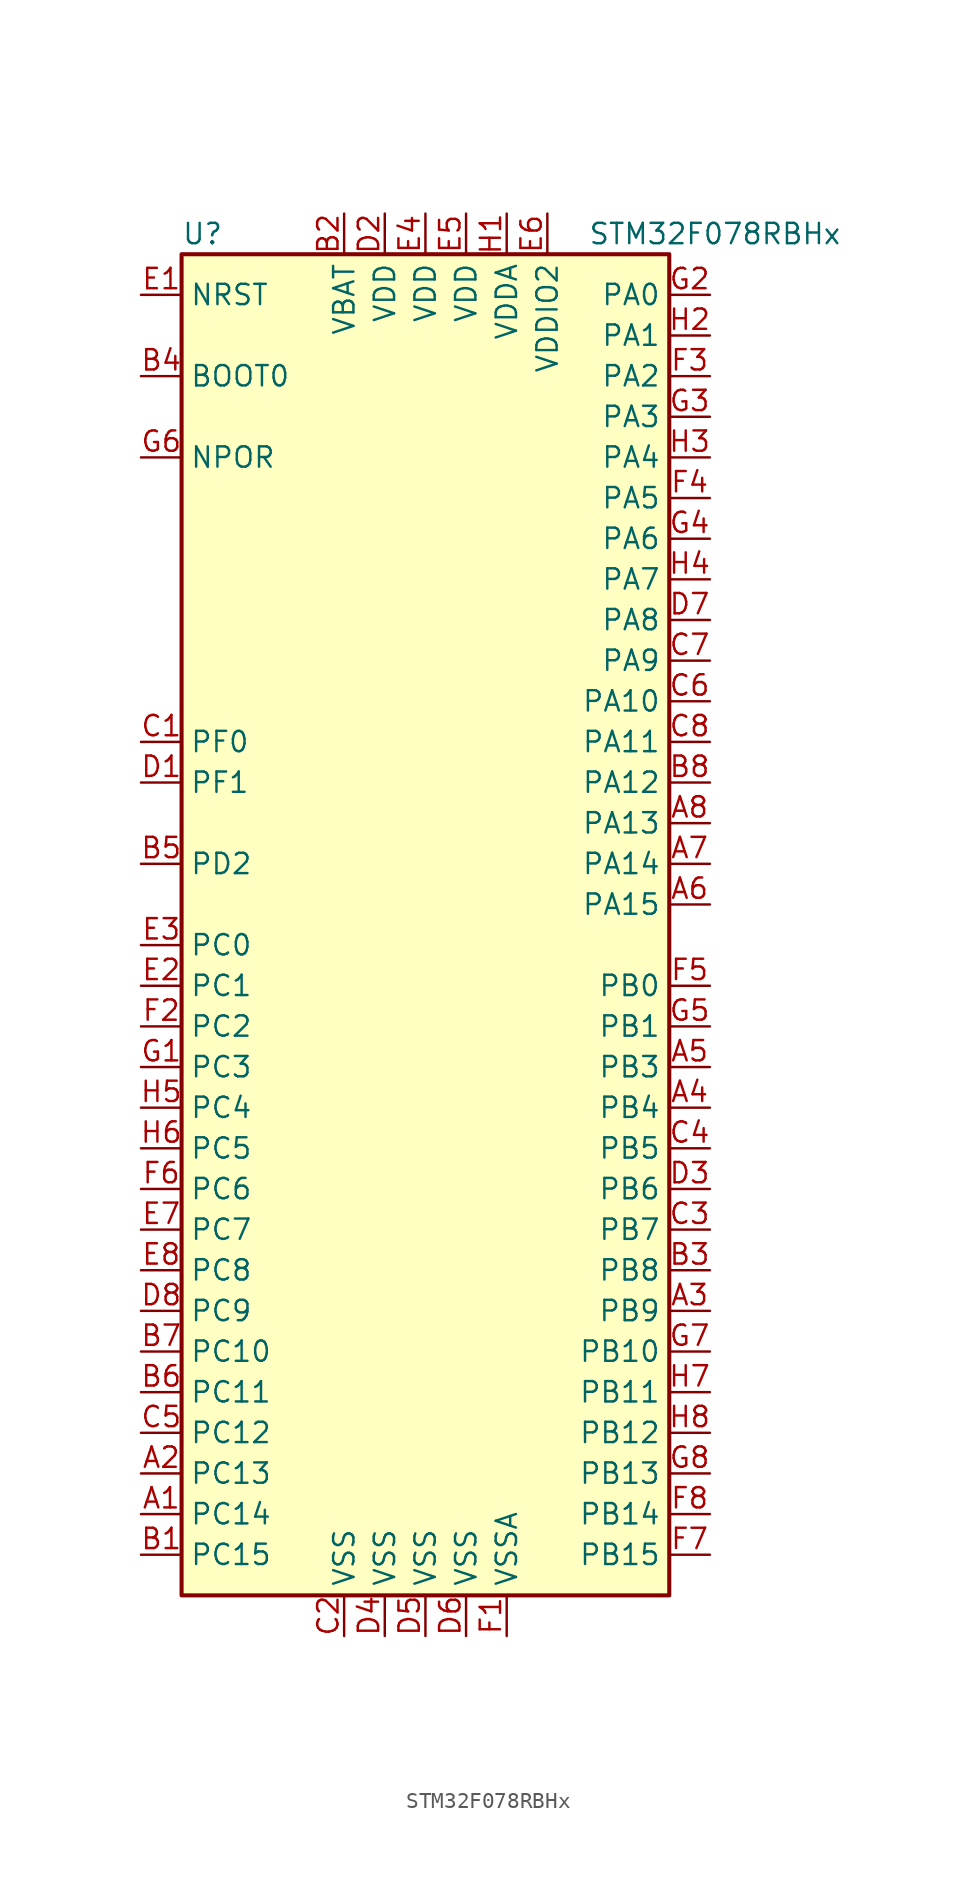
<source format=kicad_sym>
(kicad_symbol_lib
  (version 20201005)
  (generator kicad_symbol_editor)
  (symbol "MCU_ST_STM32F0:STM32F078RBHx"
    (property "Reference" "U"
      (at -15.24 41.91 0)
      (effects (font (size 1.27 1.27)) (justify left)))
    (property "Value" "STM32F078RBHx"
      (at 10.16 41.91 0)
      (effects (font (size 1.27 1.27)) (justify left)))
    (symbol "STM32F078RBHx_0_1"
      (rectangle (start -15.24 -43.18) (end 15.24 40.64) (stroke (width 0.254)) (fill (type background))))
    (symbol "STM32F078RBHx_1_1"
      (pin bidirectional line (at -17.78 -38.1 0) (length 2.54) (name "PC14" (effects (font (size 1.27 1.27)))) (number "A1" (effects (font (size 1.27 1.27)))))
      (pin bidirectional line (at -17.78 -35.56 0) (length 2.54) (name "PC13" (effects (font (size 1.27 1.27)))) (number "A2" (effects (font (size 1.27 1.27)))))
      (pin bidirectional line (at 17.78 -25.4 180) (length 2.54) (name "PB9" (effects (font (size 1.27 1.27)))) (number "A3" (effects (font (size 1.27 1.27)))))
      (pin bidirectional line (at 17.78 -12.7 180) (length 2.54) (name "PB4" (effects (font (size 1.27 1.27)))) (number "A4" (effects (font (size 1.27 1.27)))))
      (pin bidirectional line (at 17.78 -10.16 180) (length 2.54) (name "PB3" (effects (font (size 1.27 1.27)))) (number "A5" (effects (font (size 1.27 1.27)))))
      (pin bidirectional line (at 17.78 0 180) (length 2.54) (name "PA15" (effects (font (size 1.27 1.27)))) (number "A6" (effects (font (size 1.27 1.27)))))
      (pin bidirectional line (at 17.78 2.54 180) (length 2.54) (name "PA14" (effects (font (size 1.27 1.27)))) (number "A7" (effects (font (size 1.27 1.27)))))
      (pin bidirectional line (at 17.78 5.08 180) (length 2.54) (name "PA13" (effects (font (size 1.27 1.27)))) (number "A8" (effects (font (size 1.27 1.27)))))
      (pin bidirectional line (at -17.78 -40.64 0) (length 2.54) (name "PC15" (effects (font (size 1.27 1.27)))) (number "B1" (effects (font (size 1.27 1.27)))))
      (pin power_in line (at -5.08 43.18 270) (length 2.54) (name "VBAT" (effects (font (size 1.27 1.27)))) (number "B2" (effects (font (size 1.27 1.27)))))
      (pin bidirectional line (at 17.78 -22.86 180) (length 2.54) (name "PB8" (effects (font (size 1.27 1.27)))) (number "B3" (effects (font (size 1.27 1.27)))))
      (pin input line (at -17.78 33.02 0) (length 2.54) (name "BOOT0" (effects (font (size 1.27 1.27)))) (number "B4" (effects (font (size 1.27 1.27)))))
      (pin bidirectional line (at -17.78 2.54 0) (length 2.54) (name "PD2" (effects (font (size 1.27 1.27)))) (number "B5" (effects (font (size 1.27 1.27)))))
      (pin bidirectional line (at -17.78 -30.48 0) (length 2.54) (name "PC11" (effects (font (size 1.27 1.27)))) (number "B6" (effects (font (size 1.27 1.27)))))
      (pin bidirectional line (at -17.78 -27.94 0) (length 2.54) (name "PC10" (effects (font (size 1.27 1.27)))) (number "B7" (effects (font (size 1.27 1.27)))))
      (pin bidirectional line (at 17.78 7.62 180) (length 2.54) (name "PA12" (effects (font (size 1.27 1.27)))) (number "B8" (effects (font (size 1.27 1.27)))))
      (pin input line (at -17.78 10.16 0) (length 2.54) (name "PF0" (effects (font (size 1.27 1.27)))) (number "C1" (effects (font (size 1.27 1.27)))))
      (pin power_in line (at -5.08 -45.72 90) (length 2.54) (name "VSS" (effects (font (size 1.27 1.27)))) (number "C2" (effects (font (size 1.27 1.27)))))
      (pin bidirectional line (at 17.78 -20.32 180) (length 2.54) (name "PB7" (effects (font (size 1.27 1.27)))) (number "C3" (effects (font (size 1.27 1.27)))))
      (pin bidirectional line (at 17.78 -15.24 180) (length 2.54) (name "PB5" (effects (font (size 1.27 1.27)))) (number "C4" (effects (font (size 1.27 1.27)))))
      (pin bidirectional line (at -17.78 -33.02 0) (length 2.54) (name "PC12" (effects (font (size 1.27 1.27)))) (number "C5" (effects (font (size 1.27 1.27)))))
      (pin bidirectional line (at 17.78 12.7 180) (length 2.54) (name "PA10" (effects (font (size 1.27 1.27)))) (number "C6" (effects (font (size 1.27 1.27)))))
      (pin bidirectional line (at 17.78 15.24 180) (length 2.54) (name "PA9" (effects (font (size 1.27 1.27)))) (number "C7" (effects (font (size 1.27 1.27)))))
      (pin bidirectional line (at 17.78 10.16 180) (length 2.54) (name "PA11" (effects (font (size 1.27 1.27)))) (number "C8" (effects (font (size 1.27 1.27)))))
      (pin input line (at -17.78 7.62 0) (length 2.54) (name "PF1" (effects (font (size 1.27 1.27)))) (number "D1" (effects (font (size 1.27 1.27)))))
      (pin power_in line (at -2.54 43.18 270) (length 2.54) (name "VDD" (effects (font (size 1.27 1.27)))) (number "D2" (effects (font (size 1.27 1.27)))))
      (pin bidirectional line (at 17.78 -17.78 180) (length 2.54) (name "PB6" (effects (font (size 1.27 1.27)))) (number "D3" (effects (font (size 1.27 1.27)))))
      (pin power_in line (at -2.54 -45.72 90) (length 2.54) (name "VSS" (effects (font (size 1.27 1.27)))) (number "D4" (effects (font (size 1.27 1.27)))))
      (pin power_in line (at 0 -45.72 90) (length 2.54) (name "VSS" (effects (font (size 1.27 1.27)))) (number "D5" (effects (font (size 1.27 1.27)))))
      (pin power_in line (at 2.54 -45.72 90) (length 2.54) (name "VSS" (effects (font (size 1.27 1.27)))) (number "D6" (effects (font (size 1.27 1.27)))))
      (pin bidirectional line (at 17.78 17.78 180) (length 2.54) (name "PA8" (effects (font (size 1.27 1.27)))) (number "D7" (effects (font (size 1.27 1.27)))))
      (pin bidirectional line (at -17.78 -25.4 0) (length 2.54) (name "PC9" (effects (font (size 1.27 1.27)))) (number "D8" (effects (font (size 1.27 1.27)))))
      (pin input line (at -17.78 38.1 0) (length 2.54) (name "NRST" (effects (font (size 1.27 1.27)))) (number "E1" (effects (font (size 1.27 1.27)))))
      (pin bidirectional line (at -17.78 -5.08 0) (length 2.54) (name "PC1" (effects (font (size 1.27 1.27)))) (number "E2" (effects (font (size 1.27 1.27)))))
      (pin bidirectional line (at -17.78 -2.54 0) (length 2.54) (name "PC0" (effects (font (size 1.27 1.27)))) (number "E3" (effects (font (size 1.27 1.27)))))
      (pin power_in line (at 0 43.18 270) (length 2.54) (name "VDD" (effects (font (size 1.27 1.27)))) (number "E4" (effects (font (size 1.27 1.27)))))
      (pin power_in line (at 2.54 43.18 270) (length 2.54) (name "VDD" (effects (font (size 1.27 1.27)))) (number "E5" (effects (font (size 1.27 1.27)))))
      (pin power_in line (at 7.62 43.18 270) (length 2.54) (name "VDDIO2" (effects (font (size 1.27 1.27)))) (number "E6" (effects (font (size 1.27 1.27)))))
      (pin bidirectional line (at -17.78 -20.32 0) (length 2.54) (name "PC7" (effects (font (size 1.27 1.27)))) (number "E7" (effects (font (size 1.27 1.27)))))
      (pin bidirectional line (at -17.78 -22.86 0) (length 2.54) (name "PC8" (effects (font (size 1.27 1.27)))) (number "E8" (effects (font (size 1.27 1.27)))))
      (pin power_in line (at 5.08 -45.72 90) (length 2.54) (name "VSSA" (effects (font (size 1.27 1.27)))) (number "F1" (effects (font (size 1.27 1.27)))))
      (pin bidirectional line (at -17.78 -7.62 0) (length 2.54) (name "PC2" (effects (font (size 1.27 1.27)))) (number "F2" (effects (font (size 1.27 1.27)))))
      (pin bidirectional line (at 17.78 33.02 180) (length 2.54) (name "PA2" (effects (font (size 1.27 1.27)))) (number "F3" (effects (font (size 1.27 1.27)))))
      (pin bidirectional line (at 17.78 25.4 180) (length 2.54) (name "PA5" (effects (font (size 1.27 1.27)))) (number "F4" (effects (font (size 1.27 1.27)))))
      (pin bidirectional line (at 17.78 -5.08 180) (length 2.54) (name "PB0" (effects (font (size 1.27 1.27)))) (number "F5" (effects (font (size 1.27 1.27)))))
      (pin bidirectional line (at -17.78 -17.78 0) (length 2.54) (name "PC6" (effects (font (size 1.27 1.27)))) (number "F6" (effects (font (size 1.27 1.27)))))
      (pin bidirectional line (at 17.78 -40.64 180) (length 2.54) (name "PB15" (effects (font (size 1.27 1.27)))) (number "F7" (effects (font (size 1.27 1.27)))))
      (pin bidirectional line (at 17.78 -38.1 180) (length 2.54) (name "PB14" (effects (font (size 1.27 1.27)))) (number "F8" (effects (font (size 1.27 1.27)))))
      (pin bidirectional line (at -17.78 -10.16 0) (length 2.54) (name "PC3" (effects (font (size 1.27 1.27)))) (number "G1" (effects (font (size 1.27 1.27)))))
      (pin bidirectional line (at 17.78 38.1 180) (length 2.54) (name "PA0" (effects (font (size 1.27 1.27)))) (number "G2" (effects (font (size 1.27 1.27)))))
      (pin bidirectional line (at 17.78 30.48 180) (length 2.54) (name "PA3" (effects (font (size 1.27 1.27)))) (number "G3" (effects (font (size 1.27 1.27)))))
      (pin bidirectional line (at 17.78 22.86 180) (length 2.54) (name "PA6" (effects (font (size 1.27 1.27)))) (number "G4" (effects (font (size 1.27 1.27)))))
      (pin bidirectional line (at 17.78 -7.62 180) (length 2.54) (name "PB1" (effects (font (size 1.27 1.27)))) (number "G5" (effects (font (size 1.27 1.27)))))
      (pin power_in line (at -17.78 27.94 0) (length 2.54) (name "NPOR" (effects (font (size 1.27 1.27)))) (number "G6" (effects (font (size 1.27 1.27)))))
      (pin bidirectional line (at 17.78 -27.94 180) (length 2.54) (name "PB10" (effects (font (size 1.27 1.27)))) (number "G7" (effects (font (size 1.27 1.27)))))
      (pin bidirectional line (at 17.78 -35.56 180) (length 2.54) (name "PB13" (effects (font (size 1.27 1.27)))) (number "G8" (effects (font (size 1.27 1.27)))))
      (pin power_in line (at 5.08 43.18 270) (length 2.54) (name "VDDA" (effects (font (size 1.27 1.27)))) (number "H1" (effects (font (size 1.27 1.27)))))
      (pin bidirectional line (at 17.78 35.56 180) (length 2.54) (name "PA1" (effects (font (size 1.27 1.27)))) (number "H2" (effects (font (size 1.27 1.27)))))
      (pin bidirectional line (at 17.78 27.94 180) (length 2.54) (name "PA4" (effects (font (size 1.27 1.27)))) (number "H3" (effects (font (size 1.27 1.27)))))
      (pin bidirectional line (at 17.78 20.32 180) (length 2.54) (name "PA7" (effects (font (size 1.27 1.27)))) (number "H4" (effects (font (size 1.27 1.27)))))
      (pin bidirectional line (at -17.78 -12.7 0) (length 2.54) (name "PC4" (effects (font (size 1.27 1.27)))) (number "H5" (effects (font (size 1.27 1.27)))))
      (pin bidirectional line (at -17.78 -15.24 0) (length 2.54) (name "PC5" (effects (font (size 1.27 1.27)))) (number "H6" (effects (font (size 1.27 1.27)))))
      (pin bidirectional line (at 17.78 -30.48 180) (length 2.54) (name "PB11" (effects (font (size 1.27 1.27)))) (number "H7" (effects (font (size 1.27 1.27)))))
      (pin bidirectional line (at 17.78 -33.02 180) (length 2.54) (name "PB12" (effects (font (size 1.27 1.27)))) (number "H8" (effects (font (size 1.27 1.27))))))))
</source>
